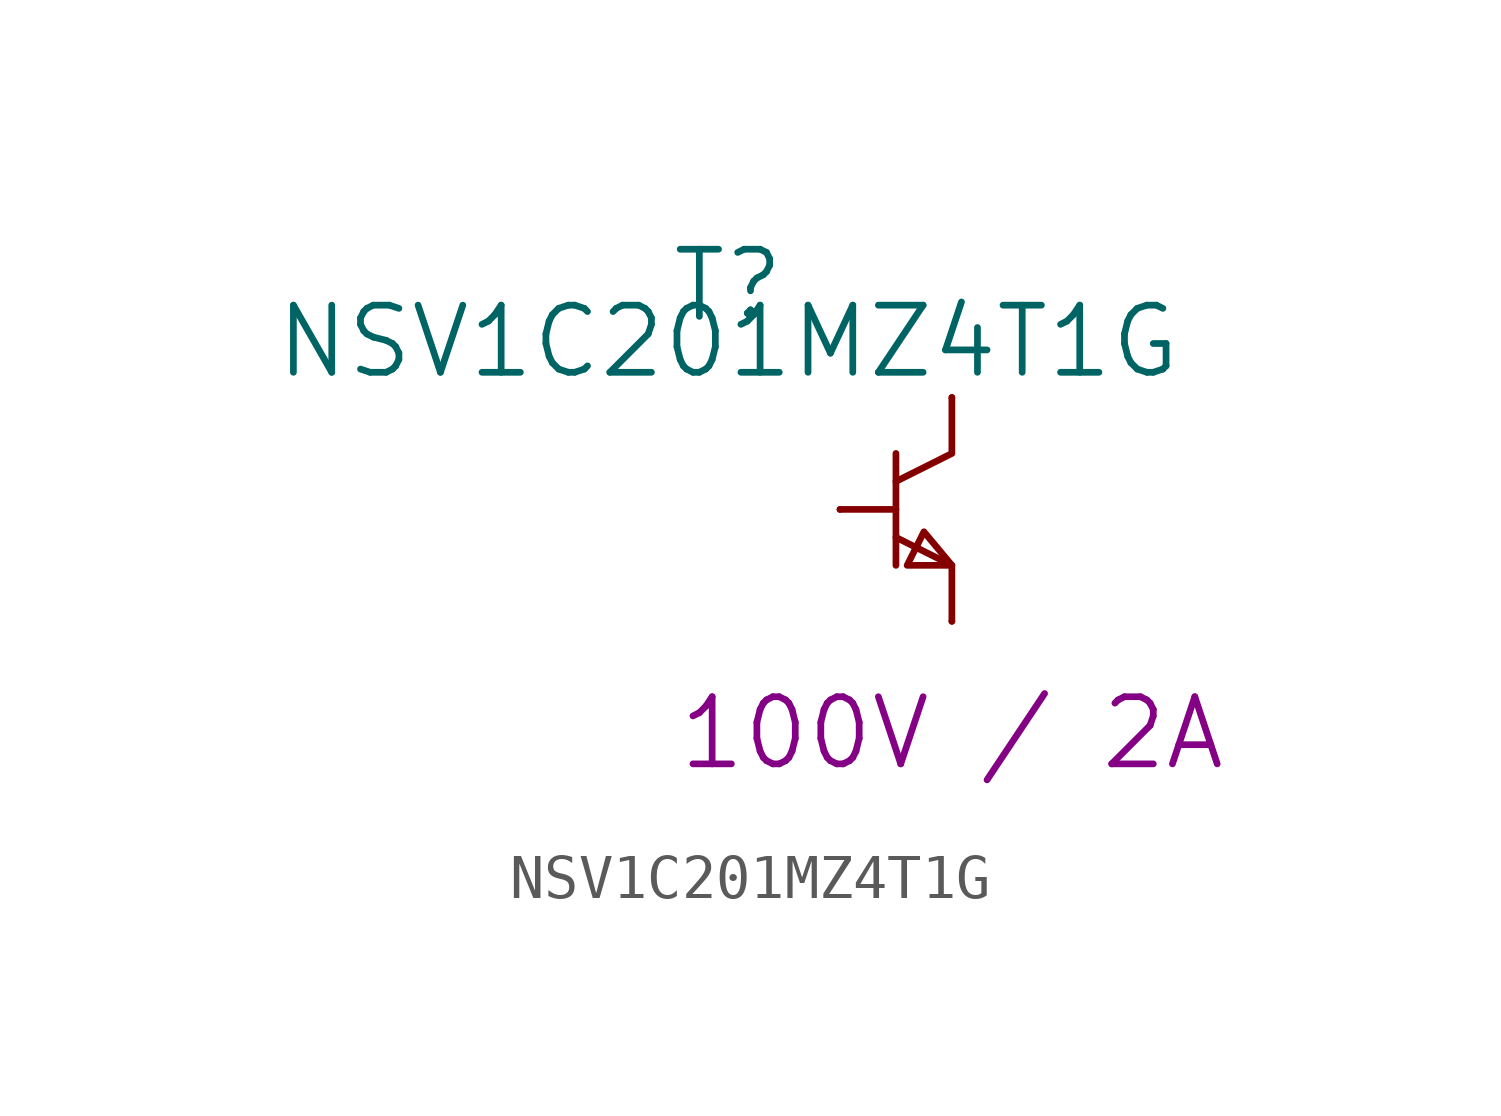
<source format=kicad_sym>
(kicad_symbol_lib
  (version 20220914)
  (generator kicad_symbol_editor)
  (symbol "NSV1C201MZ4T1G"
    (pin_numbers hide)
    (pin_names
      (offset 1.016) hide)
    (property "Reference" "T"
      (at -2.54 5.08 0)
      (effects (font (size 1.524 1.524))))
    (property "Value" "NSV1C201MZ4T1G"
      (at -2.54 3.81 0)
      (effects (font (size 1.524 1.524))))
    (property "Rating" "100V / 2A"
      (at 2.54 -5.08 0)
      (effects (font (size 1.524 1.524))))
    (symbol "NSV1C201MZ4T1G_0_1"
      (polyline (pts (xy 0 0) (xy 1.27 0)) (stroke (width 0) (type solid)) (fill (type none)))
      (polyline (pts (xy 1.27 1.27) (xy 1.27 -1.27)) (stroke (width 0) (type solid)) (fill (type none)))
      (polyline (pts (xy 2.54 -2.54) (xy 2.54 -1.27) (xy 1.27 -0.635)) (stroke (width 0) (type solid)) (fill (type none)))
      (polyline (pts (xy 2.54 2.54) (xy 2.54 1.27) (xy 1.27 0.635)) (stroke (width 0) (type solid)) (fill (type none)))
      (polyline (pts (xy 2.54 -1.27) (xy 1.905 -0.508) (xy 1.524 -1.27) (xy 2.54 -1.27)) (stroke (width 0) (type solid)) (fill (type none))))
    (symbol "NSV1C201MZ4T1G_1_1"
      (pin input line (at 0 0 0) (length 0) (name "B" (effects (font (size 1.27 1.27)))) (number "1" (effects (font (size 1.27 1.27)))))
      (pin passive line (at 2.54 2.54 0) (length 0) (name "C" (effects (font (size 1.27 1.27)))) (number "2" (effects (font (size 1.27 1.27)))))
      (pin passive line (at 2.54 -2.54 180) (length 0) (name "E" (effects (font (size 1.27 1.27)))) (number "3" (effects (font (size 1.27 1.27))))))))
</source>
